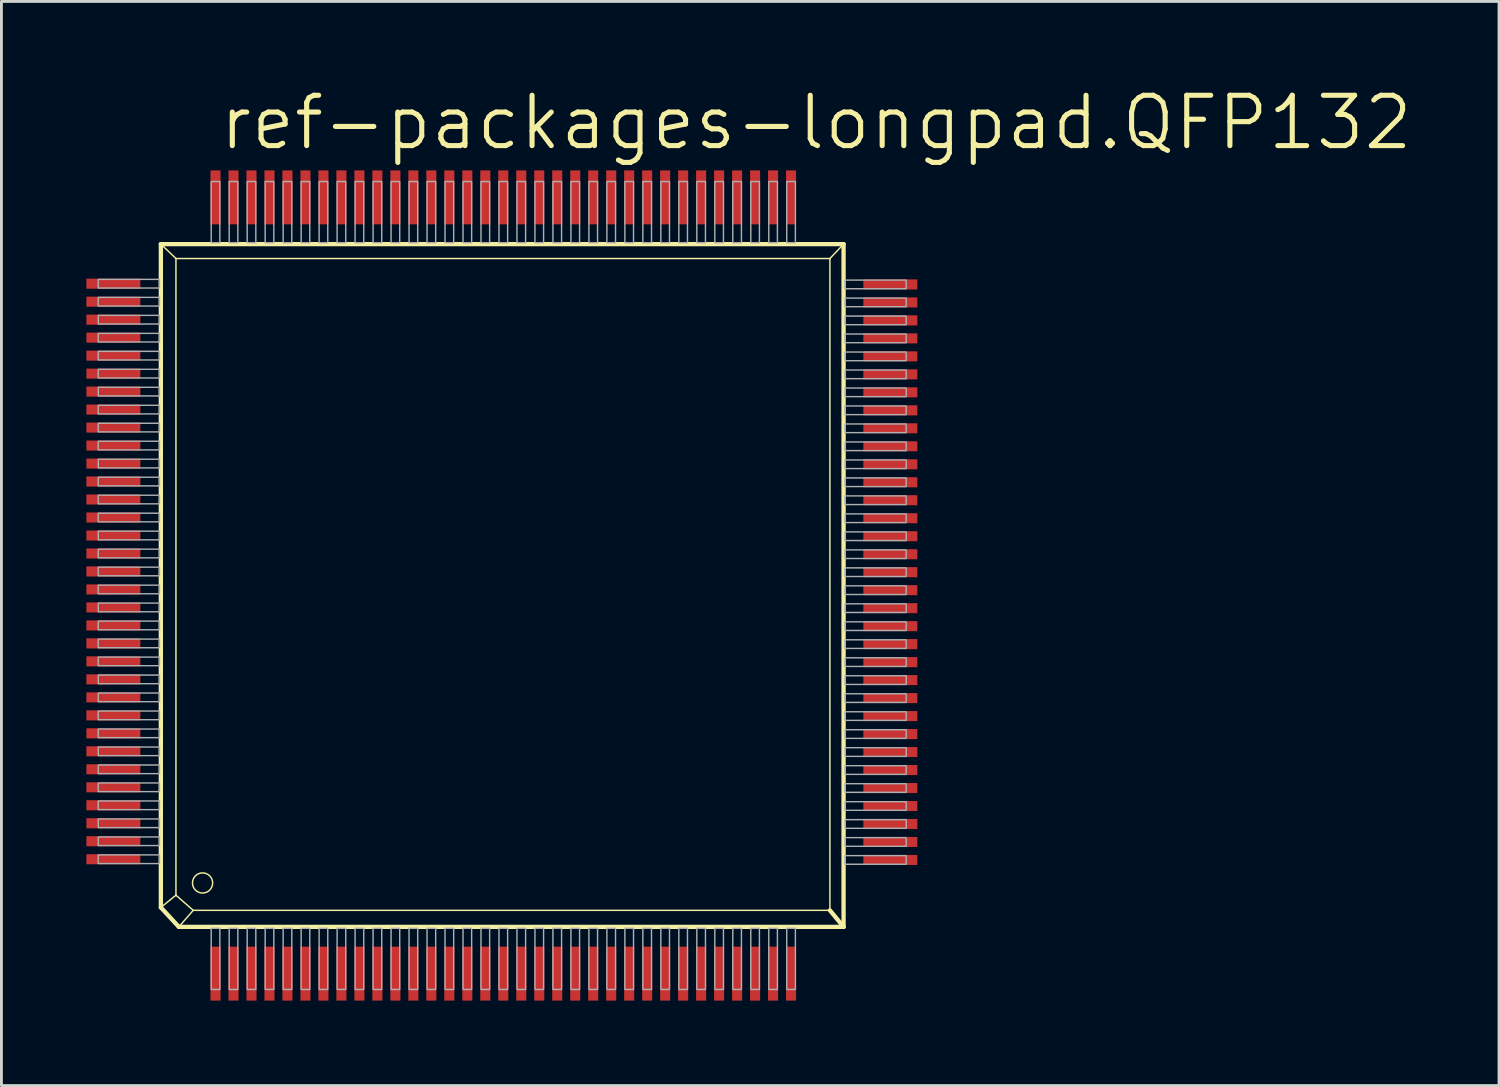
<source format=kicad_pcb>
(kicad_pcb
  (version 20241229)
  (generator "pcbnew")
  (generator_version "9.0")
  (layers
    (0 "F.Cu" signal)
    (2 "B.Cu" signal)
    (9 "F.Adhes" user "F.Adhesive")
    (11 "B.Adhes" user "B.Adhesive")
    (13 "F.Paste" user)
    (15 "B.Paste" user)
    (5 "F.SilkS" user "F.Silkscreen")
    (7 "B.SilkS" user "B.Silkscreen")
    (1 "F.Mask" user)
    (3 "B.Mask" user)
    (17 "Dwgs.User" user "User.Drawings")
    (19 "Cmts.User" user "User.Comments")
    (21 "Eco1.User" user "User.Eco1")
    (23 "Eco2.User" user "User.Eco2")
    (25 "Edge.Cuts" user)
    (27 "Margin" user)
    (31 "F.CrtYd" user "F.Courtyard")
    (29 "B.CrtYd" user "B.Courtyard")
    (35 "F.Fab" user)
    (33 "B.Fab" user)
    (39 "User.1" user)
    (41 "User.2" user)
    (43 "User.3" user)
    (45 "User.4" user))
  (footprint "ref-packages-longpad.QFP132"
    (layer "F.Cu")
    (at 14.77 17.685)
    (property "Reference" "ref-packages-longpad.QFP132" (at -10.16 -15.367 0) (layer "F.SilkS") (effects (font (size 1.778 1.778) (thickness 0.18)) (justify left bottom)))
    (attr smd)
    (fp_line (start -12.141 -12.116) (end -11.608 -11.608) (stroke (width 0.051) (type default)) (layer "F.SilkS"))
    (fp_line (start -12.141 11.303) (end -12.141 -12.116) (stroke (width 0.152) (type default)) (layer "F.SilkS"))
    (fp_line (start -12.141 11.303) (end -11.608 10.871) (stroke (width 0.051) (type default)) (layer "F.SilkS"))
    (fp_line (start -12.141 11.303) (end -11.506 11.989) (stroke (width 0.152) (type default)) (layer "F.SilkS"))
    (fp_line (start -11.608 -11.608) (end -11.608 10.871) (stroke (width 0.051) (type default)) (layer "F.SilkS"))
    (fp_line (start -11.608 -11.608) (end 11.481 -11.608) (stroke (width 0.051) (type default)) (layer "F.SilkS"))
    (fp_line (start -11.506 11.989) (end -10.998 11.405) (stroke (width 0.051) (type default)) (layer "F.SilkS"))
    (fp_line (start -11.506 11.989) (end 11.963 11.989) (stroke (width 0.152) (type default)) (layer "F.SilkS"))
    (fp_line (start -10.998 11.405) (end -11.608 10.871) (stroke (width 0.051) (type default)) (layer "F.SilkS"))
    (fp_line (start -10.998 11.405) (end 11.481 11.405) (stroke (width 0.051) (type default)) (layer "F.SilkS"))
    (fp_line (start 11.481 11.405) (end 11.481 -11.608) (stroke (width 0.051) (type default)) (layer "F.SilkS"))
    (fp_line (start 11.963 -12.116) (end -12.141 -12.116) (stroke (width 0.152) (type default)) (layer "F.SilkS"))
    (fp_line (start 11.963 -12.116) (end 11.481 -11.608) (stroke (width 0.051) (type default)) (layer "F.SilkS"))
    (fp_line (start 11.963 11.989) (end 11.481 11.405) (stroke (width 0.152) (type default)) (layer "F.SilkS"))
    (fp_line (start 11.963 11.989) (end 11.963 -12.116) (stroke (width 0.152) (type default)) (layer "F.SilkS"))
    (fp_circle (center -10.668 10.439) (end -10.312 10.439) (stroke (width 0.051) (type default)) (fill no) (layer "F.SilkS"))
    (fp_rect (start -14.351 -10.566) (end -12.192 -10.871) (stroke (width 0.05) (type default)) (fill no) (layer "F.Fab"))
    (fp_rect (start -14.351 -9.931) (end -12.192 -10.236) (stroke (width 0.05) (type default)) (fill no) (layer "F.Fab"))
    (fp_rect (start -14.351 -9.296) (end -12.192 -9.601) (stroke (width 0.05) (type default)) (fill no) (layer "F.Fab"))
    (fp_rect (start -14.351 -8.661) (end -12.192 -8.966) (stroke (width 0.05) (type default)) (fill no) (layer "F.Fab"))
    (fp_rect (start -14.351 -8.026) (end -12.192 -8.331) (stroke (width 0.05) (type default)) (fill no) (layer "F.Fab"))
    (fp_rect (start -14.351 -7.391) (end -12.192 -7.696) (stroke (width 0.05) (type default)) (fill no) (layer "F.Fab"))
    (fp_rect (start -14.351 -6.756) (end -12.192 -7.061) (stroke (width 0.05) (type default)) (fill no) (layer "F.Fab"))
    (fp_rect (start -14.351 -6.121) (end -12.192 -6.426) (stroke (width 0.05) (type default)) (fill no) (layer "F.Fab"))
    (fp_rect (start -14.351 -5.486) (end -12.192 -5.791) (stroke (width 0.05) (type default)) (fill no) (layer "F.Fab"))
    (fp_rect (start -14.351 -4.851) (end -12.192 -5.156) (stroke (width 0.05) (type default)) (fill no) (layer "F.Fab"))
    (fp_rect (start -14.351 -4.216) (end -12.192 -4.521) (stroke (width 0.05) (type default)) (fill no) (layer "F.Fab"))
    (fp_rect (start -14.351 -3.581) (end -12.192 -3.886) (stroke (width 0.05) (type default)) (fill no) (layer "F.Fab"))
    (fp_rect (start -14.351 -2.946) (end -12.192 -3.251) (stroke (width 0.05) (type default)) (fill no) (layer "F.Fab"))
    (fp_rect (start -14.351 -2.311) (end -12.192 -2.616) (stroke (width 0.05) (type default)) (fill no) (layer "F.Fab"))
    (fp_rect (start -14.351 -1.676) (end -12.192 -1.981) (stroke (width 0.05) (type default)) (fill no) (layer "F.Fab"))
    (fp_rect (start -14.351 -1.041) (end -12.192 -1.346) (stroke (width 0.05) (type default)) (fill no) (layer "F.Fab"))
    (fp_rect (start -14.351 -0.406) (end -12.192 -0.711) (stroke (width 0.05) (type default)) (fill no) (layer "F.Fab"))
    (fp_rect (start -14.351 0.229) (end -12.192 -0.076) (stroke (width 0.05) (type default)) (fill no) (layer "F.Fab"))
    (fp_rect (start -14.351 0.864) (end -12.192 0.559) (stroke (width 0.05) (type default)) (fill no) (layer "F.Fab"))
    (fp_rect (start -14.351 1.499) (end -12.192 1.194) (stroke (width 0.05) (type default)) (fill no) (layer "F.Fab"))
    (fp_rect (start -14.351 2.134) (end -12.192 1.829) (stroke (width 0.05) (type default)) (fill no) (layer "F.Fab"))
    (fp_rect (start -14.351 2.769) (end -12.192 2.464) (stroke (width 0.05) (type default)) (fill no) (layer "F.Fab"))
    (fp_rect (start -14.351 3.404) (end -12.192 3.099) (stroke (width 0.05) (type default)) (fill no) (layer "F.Fab"))
    (fp_rect (start -14.351 4.039) (end -12.192 3.734) (stroke (width 0.05) (type default)) (fill no) (layer "F.Fab"))
    (fp_rect (start -14.351 4.674) (end -12.192 4.369) (stroke (width 0.05) (type default)) (fill no) (layer "F.Fab"))
    (fp_rect (start -14.351 5.309) (end -12.192 5.004) (stroke (width 0.05) (type default)) (fill no) (layer "F.Fab"))
    (fp_rect (start -14.351 5.944) (end -12.192 5.639) (stroke (width 0.05) (type default)) (fill no) (layer "F.Fab"))
    (fp_rect (start -14.351 6.579) (end -12.192 6.274) (stroke (width 0.05) (type default)) (fill no) (layer "F.Fab"))
    (fp_rect (start -14.351 7.214) (end -12.192 6.909) (stroke (width 0.05) (type default)) (fill no) (layer "F.Fab"))
    (fp_rect (start -14.351 7.849) (end -12.192 7.544) (stroke (width 0.05) (type default)) (fill no) (layer "F.Fab"))
    (fp_rect (start -14.351 8.484) (end -12.192 8.179) (stroke (width 0.05) (type default)) (fill no) (layer "F.Fab"))
    (fp_rect (start -14.351 9.119) (end -12.192 8.814) (stroke (width 0.05) (type default)) (fill no) (layer "F.Fab"))
    (fp_rect (start -14.351 9.754) (end -12.192 9.449) (stroke (width 0.05) (type default)) (fill no) (layer "F.Fab"))
    (fp_rect (start -10.363 -12.167) (end -10.058 -14.326) (stroke (width 0.05) (type default)) (fill no) (layer "F.Fab"))
    (fp_rect (start -10.363 14.199) (end -10.058 12.04) (stroke (width 0.05) (type default)) (fill no) (layer "F.Fab"))
    (fp_rect (start -9.728 -12.167) (end -9.423 -14.326) (stroke (width 0.05) (type default)) (fill no) (layer "F.Fab"))
    (fp_rect (start -9.728 14.199) (end -9.423 12.04) (stroke (width 0.05) (type default)) (fill no) (layer "F.Fab"))
    (fp_rect (start -9.093 -12.167) (end -8.788 -14.326) (stroke (width 0.05) (type default)) (fill no) (layer "F.Fab"))
    (fp_rect (start -9.093 14.199) (end -8.788 12.04) (stroke (width 0.05) (type default)) (fill no) (layer "F.Fab"))
    (fp_rect (start -8.458 -12.167) (end -8.153 -14.326) (stroke (width 0.05) (type default)) (fill no) (layer "F.Fab"))
    (fp_rect (start -8.458 14.199) (end -8.153 12.04) (stroke (width 0.05) (type default)) (fill no) (layer "F.Fab"))
    (fp_rect (start -7.823 -12.167) (end -7.518 -14.326) (stroke (width 0.05) (type default)) (fill no) (layer "F.Fab"))
    (fp_rect (start -7.823 14.199) (end -7.518 12.04) (stroke (width 0.05) (type default)) (fill no) (layer "F.Fab"))
    (fp_rect (start -7.188 -12.167) (end -6.883 -14.326) (stroke (width 0.05) (type default)) (fill no) (layer "F.Fab"))
    (fp_rect (start -7.188 14.199) (end -6.883 12.04) (stroke (width 0.05) (type default)) (fill no) (layer "F.Fab"))
    (fp_rect (start -6.553 -12.167) (end -6.248 -14.326) (stroke (width 0.05) (type default)) (fill no) (layer "F.Fab"))
    (fp_rect (start -6.553 14.199) (end -6.248 12.04) (stroke (width 0.05) (type default)) (fill no) (layer "F.Fab"))
    (fp_rect (start -5.918 -12.167) (end -5.613 -14.326) (stroke (width 0.05) (type default)) (fill no) (layer "F.Fab"))
    (fp_rect (start -5.918 14.199) (end -5.613 12.04) (stroke (width 0.05) (type default)) (fill no) (layer "F.Fab"))
    (fp_rect (start -5.283 -12.167) (end -4.978 -14.326) (stroke (width 0.05) (type default)) (fill no) (layer "F.Fab"))
    (fp_rect (start -5.283 14.199) (end -4.978 12.04) (stroke (width 0.05) (type default)) (fill no) (layer "F.Fab"))
    (fp_rect (start -4.648 -12.167) (end -4.343 -14.326) (stroke (width 0.05) (type default)) (fill no) (layer "F.Fab"))
    (fp_rect (start -4.648 14.199) (end -4.343 12.04) (stroke (width 0.05) (type default)) (fill no) (layer "F.Fab"))
    (fp_rect (start -4.013 -12.167) (end -3.708 -14.326) (stroke (width 0.05) (type default)) (fill no) (layer "F.Fab"))
    (fp_rect (start -4.013 14.199) (end -3.708 12.04) (stroke (width 0.05) (type default)) (fill no) (layer "F.Fab"))
    (fp_rect (start -3.378 -12.167) (end -3.073 -14.326) (stroke (width 0.05) (type default)) (fill no) (layer "F.Fab"))
    (fp_rect (start -3.378 14.199) (end -3.073 12.04) (stroke (width 0.05) (type default)) (fill no) (layer "F.Fab"))
    (fp_rect (start -2.743 -12.167) (end -2.438 -14.326) (stroke (width 0.05) (type default)) (fill no) (layer "F.Fab"))
    (fp_rect (start -2.743 14.199) (end -2.438 12.04) (stroke (width 0.05) (type default)) (fill no) (layer "F.Fab"))
    (fp_rect (start -2.108 -12.167) (end -1.803 -14.326) (stroke (width 0.05) (type default)) (fill no) (layer "F.Fab"))
    (fp_rect (start -2.108 14.199) (end -1.803 12.04) (stroke (width 0.05) (type default)) (fill no) (layer "F.Fab"))
    (fp_rect (start -1.473 -12.167) (end -1.168 -14.326) (stroke (width 0.05) (type default)) (fill no) (layer "F.Fab"))
    (fp_rect (start -1.473 14.199) (end -1.168 12.04) (stroke (width 0.05) (type default)) (fill no) (layer "F.Fab"))
    (fp_rect (start -0.838 -12.167) (end -0.533 -14.326) (stroke (width 0.05) (type default)) (fill no) (layer "F.Fab"))
    (fp_rect (start -0.838 14.199) (end -0.533 12.04) (stroke (width 0.05) (type default)) (fill no) (layer "F.Fab"))
    (fp_rect (start -0.203 -12.167) (end 0.102 -14.326) (stroke (width 0.05) (type default)) (fill no) (layer "F.Fab"))
    (fp_rect (start -0.203 14.199) (end 0.102 12.04) (stroke (width 0.05) (type default)) (fill no) (layer "F.Fab"))
    (fp_rect (start 0.432 -12.167) (end 0.737 -14.326) (stroke (width 0.05) (type default)) (fill no) (layer "F.Fab"))
    (fp_rect (start 0.432 14.199) (end 0.737 12.04) (stroke (width 0.05) (type default)) (fill no) (layer "F.Fab"))
    (fp_rect (start 1.067 -12.167) (end 1.372 -14.326) (stroke (width 0.05) (type default)) (fill no) (layer "F.Fab"))
    (fp_rect (start 1.067 14.199) (end 1.372 12.04) (stroke (width 0.05) (type default)) (fill no) (layer "F.Fab"))
    (fp_rect (start 1.702 -12.167) (end 2.007 -14.326) (stroke (width 0.05) (type default)) (fill no) (layer "F.Fab"))
    (fp_rect (start 1.702 14.199) (end 2.007 12.04) (stroke (width 0.05) (type default)) (fill no) (layer "F.Fab"))
    (fp_rect (start 2.337 -12.167) (end 2.642 -14.326) (stroke (width 0.05) (type default)) (fill no) (layer "F.Fab"))
    (fp_rect (start 2.337 14.199) (end 2.642 12.04) (stroke (width 0.05) (type default)) (fill no) (layer "F.Fab"))
    (fp_rect (start 2.972 -12.167) (end 3.277 -14.326) (stroke (width 0.05) (type default)) (fill no) (layer "F.Fab"))
    (fp_rect (start 2.972 14.199) (end 3.277 12.04) (stroke (width 0.05) (type default)) (fill no) (layer "F.Fab"))
    (fp_rect (start 3.607 -12.167) (end 3.912 -14.326) (stroke (width 0.05) (type default)) (fill no) (layer "F.Fab"))
    (fp_rect (start 3.607 14.199) (end 3.912 12.04) (stroke (width 0.05) (type default)) (fill no) (layer "F.Fab"))
    (fp_rect (start 4.242 -12.167) (end 4.547 -14.326) (stroke (width 0.05) (type default)) (fill no) (layer "F.Fab"))
    (fp_rect (start 4.242 14.199) (end 4.547 12.04) (stroke (width 0.05) (type default)) (fill no) (layer "F.Fab"))
    (fp_rect (start 4.877 -12.167) (end 5.182 -14.326) (stroke (width 0.05) (type default)) (fill no) (layer "F.Fab"))
    (fp_rect (start 4.877 14.199) (end 5.182 12.04) (stroke (width 0.05) (type default)) (fill no) (layer "F.Fab"))
    (fp_rect (start 5.512 -12.167) (end 5.817 -14.326) (stroke (width 0.05) (type default)) (fill no) (layer "F.Fab"))
    (fp_rect (start 5.512 14.199) (end 5.817 12.04) (stroke (width 0.05) (type default)) (fill no) (layer "F.Fab"))
    (fp_rect (start 6.147 -12.167) (end 6.452 -14.326) (stroke (width 0.05) (type default)) (fill no) (layer "F.Fab"))
    (fp_rect (start 6.147 14.199) (end 6.452 12.04) (stroke (width 0.05) (type default)) (fill no) (layer "F.Fab"))
    (fp_rect (start 6.782 -12.167) (end 7.087 -14.326) (stroke (width 0.05) (type default)) (fill no) (layer "F.Fab"))
    (fp_rect (start 6.782 14.199) (end 7.087 12.04) (stroke (width 0.05) (type default)) (fill no) (layer "F.Fab"))
    (fp_rect (start 7.417 -12.167) (end 7.722 -14.326) (stroke (width 0.05) (type default)) (fill no) (layer "F.Fab"))
    (fp_rect (start 7.417 14.199) (end 7.722 12.04) (stroke (width 0.05) (type default)) (fill no) (layer "F.Fab"))
    (fp_rect (start 8.052 -12.167) (end 8.357 -14.326) (stroke (width 0.05) (type default)) (fill no) (layer "F.Fab"))
    (fp_rect (start 8.052 14.199) (end 8.357 12.04) (stroke (width 0.05) (type default)) (fill no) (layer "F.Fab"))
    (fp_rect (start 8.687 -12.167) (end 8.992 -14.326) (stroke (width 0.05) (type default)) (fill no) (layer "F.Fab"))
    (fp_rect (start 8.687 14.199) (end 8.992 12.04) (stroke (width 0.05) (type default)) (fill no) (layer "F.Fab"))
    (fp_rect (start 9.322 -12.167) (end 9.627 -14.326) (stroke (width 0.05) (type default)) (fill no) (layer "F.Fab"))
    (fp_rect (start 9.322 14.199) (end 9.627 12.04) (stroke (width 0.05) (type default)) (fill no) (layer "F.Fab"))
    (fp_rect (start 9.957 -12.167) (end 10.262 -14.326) (stroke (width 0.05) (type default)) (fill no) (layer "F.Fab"))
    (fp_rect (start 9.957 14.199) (end 10.262 12.04) (stroke (width 0.05) (type default)) (fill no) (layer "F.Fab"))
    (fp_rect (start 12.014 -10.541) (end 14.173 -10.846) (stroke (width 0.05) (type default)) (fill no) (layer "F.Fab"))
    (fp_rect (start 12.014 -9.906) (end 14.173 -10.211) (stroke (width 0.05) (type default)) (fill no) (layer "F.Fab"))
    (fp_rect (start 12.014 -9.271) (end 14.173 -9.576) (stroke (width 0.05) (type default)) (fill no) (layer "F.Fab"))
    (fp_rect (start 12.014 -8.636) (end 14.173 -8.941) (stroke (width 0.05) (type default)) (fill no) (layer "F.Fab"))
    (fp_rect (start 12.014 -8.001) (end 14.173 -8.306) (stroke (width 0.05) (type default)) (fill no) (layer "F.Fab"))
    (fp_rect (start 12.014 -7.366) (end 14.173 -7.671) (stroke (width 0.05) (type default)) (fill no) (layer "F.Fab"))
    (fp_rect (start 12.014 -6.731) (end 14.173 -7.036) (stroke (width 0.05) (type default)) (fill no) (layer "F.Fab"))
    (fp_rect (start 12.014 -6.096) (end 14.173 -6.401) (stroke (width 0.05) (type default)) (fill no) (layer "F.Fab"))
    (fp_rect (start 12.014 -5.461) (end 14.173 -5.766) (stroke (width 0.05) (type default)) (fill no) (layer "F.Fab"))
    (fp_rect (start 12.014 -4.826) (end 14.173 -5.131) (stroke (width 0.05) (type default)) (fill no) (layer "F.Fab"))
    (fp_rect (start 12.014 -4.191) (end 14.173 -4.496) (stroke (width 0.05) (type default)) (fill no) (layer "F.Fab"))
    (fp_rect (start 12.014 -3.556) (end 14.173 -3.861) (stroke (width 0.05) (type default)) (fill no) (layer "F.Fab"))
    (fp_rect (start 12.014 -2.921) (end 14.173 -3.226) (stroke (width 0.05) (type default)) (fill no) (layer "F.Fab"))
    (fp_rect (start 12.014 -2.286) (end 14.173 -2.591) (stroke (width 0.05) (type default)) (fill no) (layer "F.Fab"))
    (fp_rect (start 12.014 -1.651) (end 14.173 -1.956) (stroke (width 0.05) (type default)) (fill no) (layer "F.Fab"))
    (fp_rect (start 12.014 -1.016) (end 14.173 -1.321) (stroke (width 0.05) (type default)) (fill no) (layer "F.Fab"))
    (fp_rect (start 12.014 -0.381) (end 14.173 -0.686) (stroke (width 0.05) (type default)) (fill no) (layer "F.Fab"))
    (fp_rect (start 12.014 0.254) (end 14.173 -0.051) (stroke (width 0.05) (type default)) (fill no) (layer "F.Fab"))
    (fp_rect (start 12.014 0.889) (end 14.173 0.584) (stroke (width 0.05) (type default)) (fill no) (layer "F.Fab"))
    (fp_rect (start 12.014 1.524) (end 14.173 1.219) (stroke (width 0.05) (type default)) (fill no) (layer "F.Fab"))
    (fp_rect (start 12.014 2.159) (end 14.173 1.854) (stroke (width 0.05) (type default)) (fill no) (layer "F.Fab"))
    (fp_rect (start 12.014 2.794) (end 14.173 2.489) (stroke (width 0.05) (type default)) (fill no) (layer "F.Fab"))
    (fp_rect (start 12.014 3.429) (end 14.173 3.124) (stroke (width 0.05) (type default)) (fill no) (layer "F.Fab"))
    (fp_rect (start 12.014 4.064) (end 14.173 3.759) (stroke (width 0.05) (type default)) (fill no) (layer "F.Fab"))
    (fp_rect (start 12.014 4.699) (end 14.173 4.394) (stroke (width 0.05) (type default)) (fill no) (layer "F.Fab"))
    (fp_rect (start 12.014 5.334) (end 14.173 5.029) (stroke (width 0.05) (type default)) (fill no) (layer "F.Fab"))
    (fp_rect (start 12.014 5.969) (end 14.173 5.664) (stroke (width 0.05) (type default)) (fill no) (layer "F.Fab"))
    (fp_rect (start 12.014 6.604) (end 14.173 6.299) (stroke (width 0.05) (type default)) (fill no) (layer "F.Fab"))
    (fp_rect (start 12.014 7.239) (end 14.173 6.934) (stroke (width 0.05) (type default)) (fill no) (layer "F.Fab"))
    (fp_rect (start 12.014 7.874) (end 14.173 7.569) (stroke (width 0.05) (type default)) (fill no) (layer "F.Fab"))
    (fp_rect (start 12.014 8.509) (end 14.173 8.204) (stroke (width 0.05) (type default)) (fill no) (layer "F.Fab"))
    (fp_rect (start 12.014 9.144) (end 14.173 8.839) (stroke (width 0.05) (type default)) (fill no) (layer "F.Fab"))
    (fp_rect (start 12.014 9.779) (end 14.173 9.474) (stroke (width 0.05) (type default)) (fill no) (layer "F.Fab"))
    (pad "1" smd roundrect (at -10.211 13.64) (size 0.356 1.905) (layers "F.Cu" "F.Mask" "F.Paste") (roundrect_rratio 0.01))
    (pad "2" smd roundrect (at -9.576 13.64) (size 0.356 1.905) (layers "F.Cu" "F.Mask" "F.Paste") (roundrect_rratio 0.01))
    (pad "3" smd roundrect (at -8.941 13.64) (size 0.356 1.905) (layers "F.Cu" "F.Mask" "F.Paste") (roundrect_rratio 0.01))
    (pad "4" smd roundrect (at -8.306 13.64) (size 0.356 1.905) (layers "F.Cu" "F.Mask" "F.Paste") (roundrect_rratio 0.01))
    (pad "5" smd roundrect (at -7.671 13.64) (size 0.356 1.905) (layers "F.Cu" "F.Mask" "F.Paste") (roundrect_rratio 0.01))
    (pad "6" smd roundrect (at -7.036 13.64) (size 0.356 1.905) (layers "F.Cu" "F.Mask" "F.Paste") (roundrect_rratio 0.01))
    (pad "7" smd roundrect (at -6.401 13.64) (size 0.356 1.905) (layers "F.Cu" "F.Mask" "F.Paste") (roundrect_rratio 0.01))
    (pad "8" smd roundrect (at -5.766 13.64) (size 0.356 1.905) (layers "F.Cu" "F.Mask" "F.Paste") (roundrect_rratio 0.01))
    (pad "9" smd roundrect (at -5.131 13.64) (size 0.356 1.905) (layers "F.Cu" "F.Mask" "F.Paste") (roundrect_rratio 0.01))
    (pad "10" smd roundrect (at -4.496 13.64) (size 0.356 1.905) (layers "F.Cu" "F.Mask" "F.Paste") (roundrect_rratio 0.01))
    (pad "11" smd roundrect (at -3.861 13.64) (size 0.356 1.905) (layers "F.Cu" "F.Mask" "F.Paste") (roundrect_rratio 0.01))
    (pad "12" smd roundrect (at -3.226 13.64) (size 0.356 1.905) (layers "F.Cu" "F.Mask" "F.Paste") (roundrect_rratio 0.01))
    (pad "13" smd roundrect (at -2.591 13.64) (size 0.356 1.905) (layers "F.Cu" "F.Mask" "F.Paste") (roundrect_rratio 0.01))
    (pad "14" smd roundrect (at -1.956 13.64) (size 0.356 1.905) (layers "F.Cu" "F.Mask" "F.Paste") (roundrect_rratio 0.01))
    (pad "15" smd roundrect (at -1.321 13.64) (size 0.356 1.905) (layers "F.Cu" "F.Mask" "F.Paste") (roundrect_rratio 0.01))
    (pad "16" smd roundrect (at -0.686 13.64) (size 0.356 1.905) (layers "F.Cu" "F.Mask" "F.Paste") (roundrect_rratio 0.01))
    (pad "17" smd roundrect (at -0.051 13.64) (size 0.356 1.905) (layers "F.Cu" "F.Mask" "F.Paste") (roundrect_rratio 0.01))
    (pad "18" smd roundrect (at 0.584 13.64) (size 0.356 1.905) (layers "F.Cu" "F.Mask" "F.Paste") (roundrect_rratio 0.01))
    (pad "19" smd roundrect (at 1.219 13.64) (size 0.356 1.905) (layers "F.Cu" "F.Mask" "F.Paste") (roundrect_rratio 0.01))
    (pad "20" smd roundrect (at 1.854 13.64) (size 0.356 1.905) (layers "F.Cu" "F.Mask" "F.Paste") (roundrect_rratio 0.01))
    (pad "21" smd roundrect (at 2.489 13.64) (size 0.356 1.905) (layers "F.Cu" "F.Mask" "F.Paste") (roundrect_rratio 0.01))
    (pad "22" smd roundrect (at 3.124 13.64) (size 0.356 1.905) (layers "F.Cu" "F.Mask" "F.Paste") (roundrect_rratio 0.01))
    (pad "23" smd roundrect (at 3.759 13.64) (size 0.356 1.905) (layers "F.Cu" "F.Mask" "F.Paste") (roundrect_rratio 0.01))
    (pad "24" smd roundrect (at 4.394 13.64) (size 0.356 1.905) (layers "F.Cu" "F.Mask" "F.Paste") (roundrect_rratio 0.01))
    (pad "25" smd roundrect (at 5.029 13.64) (size 0.356 1.905) (layers "F.Cu" "F.Mask" "F.Paste") (roundrect_rratio 0.01))
    (pad "26" smd roundrect (at 5.664 13.64) (size 0.356 1.905) (layers "F.Cu" "F.Mask" "F.Paste") (roundrect_rratio 0.01))
    (pad "27" smd roundrect (at 6.299 13.64) (size 0.356 1.905) (layers "F.Cu" "F.Mask" "F.Paste") (roundrect_rratio 0.01))
    (pad "28" smd roundrect (at 6.934 13.64) (size 0.356 1.905) (layers "F.Cu" "F.Mask" "F.Paste") (roundrect_rratio 0.01))
    (pad "29" smd roundrect (at 7.569 13.64) (size 0.356 1.905) (layers "F.Cu" "F.Mask" "F.Paste") (roundrect_rratio 0.01))
    (pad "30" smd roundrect (at 8.204 13.64) (size 0.356 1.905) (layers "F.Cu" "F.Mask" "F.Paste") (roundrect_rratio 0.01))
    (pad "31" smd roundrect (at 8.839 13.64) (size 0.356 1.905) (layers "F.Cu" "F.Mask" "F.Paste") (roundrect_rratio 0.01))
    (pad "32" smd roundrect (at 9.474 13.64) (size 0.356 1.905) (layers "F.Cu" "F.Mask" "F.Paste") (roundrect_rratio 0.01))
    (pad "33" smd roundrect (at 10.109 13.64) (size 0.356 1.905) (layers "F.Cu" "F.Mask" "F.Paste") (roundrect_rratio 0.01))
    (pad "34" smd roundrect (at 13.614 9.627) (size 1.905 0.356) (layers "F.Cu" "F.Mask" "F.Paste") (roundrect_rratio 0.01))
    (pad "35" smd roundrect (at 13.614 8.992) (size 1.905 0.356) (layers "F.Cu" "F.Mask" "F.Paste") (roundrect_rratio 0.01))
    (pad "36" smd roundrect (at 13.614 8.357) (size 1.905 0.356) (layers "F.Cu" "F.Mask" "F.Paste") (roundrect_rratio 0.01))
    (pad "37" smd roundrect (at 13.614 7.722) (size 1.905 0.356) (layers "F.Cu" "F.Mask" "F.Paste") (roundrect_rratio 0.01))
    (pad "38" smd roundrect (at 13.614 7.087) (size 1.905 0.356) (layers "F.Cu" "F.Mask" "F.Paste") (roundrect_rratio 0.01))
    (pad "39" smd roundrect (at 13.614 6.452) (size 1.905 0.356) (layers "F.Cu" "F.Mask" "F.Paste") (roundrect_rratio 0.01))
    (pad "40" smd roundrect (at 13.614 5.817) (size 1.905 0.356) (layers "F.Cu" "F.Mask" "F.Paste") (roundrect_rratio 0.01))
    (pad "41" smd roundrect (at 13.614 5.182) (size 1.905 0.356) (layers "F.Cu" "F.Mask" "F.Paste") (roundrect_rratio 0.01))
    (pad "42" smd roundrect (at 13.614 4.547) (size 1.905 0.356) (layers "F.Cu" "F.Mask" "F.Paste") (roundrect_rratio 0.01))
    (pad "43" smd roundrect (at 13.614 3.912) (size 1.905 0.356) (layers "F.Cu" "F.Mask" "F.Paste") (roundrect_rratio 0.01))
    (pad "44" smd roundrect (at 13.614 3.277) (size 1.905 0.356) (layers "F.Cu" "F.Mask" "F.Paste") (roundrect_rratio 0.01))
    (pad "45" smd roundrect (at 13.614 2.642) (size 1.905 0.356) (layers "F.Cu" "F.Mask" "F.Paste") (roundrect_rratio 0.01))
    (pad "46" smd roundrect (at 13.614 2.007) (size 1.905 0.356) (layers "F.Cu" "F.Mask" "F.Paste") (roundrect_rratio 0.01))
    (pad "47" smd roundrect (at 13.614 1.372) (size 1.905 0.356) (layers "F.Cu" "F.Mask" "F.Paste") (roundrect_rratio 0.01))
    (pad "48" smd roundrect (at 13.614 0.737) (size 1.905 0.356) (layers "F.Cu" "F.Mask" "F.Paste") (roundrect_rratio 0.01))
    (pad "49" smd roundrect (at 13.614 0.102) (size 1.905 0.356) (layers "F.Cu" "F.Mask" "F.Paste") (roundrect_rratio 0.01))
    (pad "50" smd roundrect (at 13.614 -0.533) (size 1.905 0.356) (layers "F.Cu" "F.Mask" "F.Paste") (roundrect_rratio 0.01))
    (pad "51" smd roundrect (at 13.614 -1.168) (size 1.905 0.356) (layers "F.Cu" "F.Mask" "F.Paste") (roundrect_rratio 0.01))
    (pad "52" smd roundrect (at 13.614 -1.803) (size 1.905 0.356) (layers "F.Cu" "F.Mask" "F.Paste") (roundrect_rratio 0.01))
    (pad "53" smd roundrect (at 13.614 -2.438) (size 1.905 0.356) (layers "F.Cu" "F.Mask" "F.Paste") (roundrect_rratio 0.01))
    (pad "54" smd roundrect (at 13.614 -3.073) (size 1.905 0.356) (layers "F.Cu" "F.Mask" "F.Paste") (roundrect_rratio 0.01))
    (pad "55" smd roundrect (at 13.614 -3.708) (size 1.905 0.356) (layers "F.Cu" "F.Mask" "F.Paste") (roundrect_rratio 0.01))
    (pad "56" smd roundrect (at 13.614 -4.343) (size 1.905 0.356) (layers "F.Cu" "F.Mask" "F.Paste") (roundrect_rratio 0.01))
    (pad "57" smd roundrect (at 13.614 -4.978) (size 1.905 0.356) (layers "F.Cu" "F.Mask" "F.Paste") (roundrect_rratio 0.01))
    (pad "58" smd roundrect (at 13.614 -5.613) (size 1.905 0.356) (layers "F.Cu" "F.Mask" "F.Paste") (roundrect_rratio 0.01))
    (pad "59" smd roundrect (at 13.614 -6.248) (size 1.905 0.356) (layers "F.Cu" "F.Mask" "F.Paste") (roundrect_rratio 0.01))
    (pad "60" smd roundrect (at 13.614 -6.883) (size 1.905 0.356) (layers "F.Cu" "F.Mask" "F.Paste") (roundrect_rratio 0.01))
    (pad "61" smd roundrect (at 13.614 -7.518) (size 1.905 0.356) (layers "F.Cu" "F.Mask" "F.Paste") (roundrect_rratio 0.01))
    (pad "62" smd roundrect (at 13.614 -8.153) (size 1.905 0.356) (layers "F.Cu" "F.Mask" "F.Paste") (roundrect_rratio 0.01))
    (pad "63" smd roundrect (at 13.614 -8.788) (size 1.905 0.356) (layers "F.Cu" "F.Mask" "F.Paste") (roundrect_rratio 0.01))
    (pad "64" smd roundrect (at 13.614 -9.423) (size 1.905 0.356) (layers "F.Cu" "F.Mask" "F.Paste") (roundrect_rratio 0.01))
    (pad "65" smd roundrect (at 13.614 -10.058) (size 1.905 0.356) (layers "F.Cu" "F.Mask" "F.Paste") (roundrect_rratio 0.01))
    (pad "66" smd roundrect (at 13.614 -10.693) (size 1.905 0.356) (layers "F.Cu" "F.Mask" "F.Paste") (roundrect_rratio 0.01))
    (pad "67" smd roundrect (at 10.109 -13.767) (size 0.356 1.905) (layers "F.Cu" "F.Mask" "F.Paste") (roundrect_rratio 0.01))
    (pad "68" smd roundrect (at 9.474 -13.767) (size 0.356 1.905) (layers "F.Cu" "F.Mask" "F.Paste") (roundrect_rratio 0.01))
    (pad "69" smd roundrect (at 8.839 -13.767) (size 0.356 1.905) (layers "F.Cu" "F.Mask" "F.Paste") (roundrect_rratio 0.01))
    (pad "70" smd roundrect (at 8.204 -13.767) (size 0.356 1.905) (layers "F.Cu" "F.Mask" "F.Paste") (roundrect_rratio 0.01))
    (pad "71" smd roundrect (at 7.569 -13.767) (size 0.356 1.905) (layers "F.Cu" "F.Mask" "F.Paste") (roundrect_rratio 0.01))
    (pad "72" smd roundrect (at 6.934 -13.767) (size 0.356 1.905) (layers "F.Cu" "F.Mask" "F.Paste") (roundrect_rratio 0.01))
    (pad "73" smd roundrect (at 6.299 -13.767) (size 0.356 1.905) (layers "F.Cu" "F.Mask" "F.Paste") (roundrect_rratio 0.01))
    (pad "74" smd roundrect (at 5.664 -13.767) (size 0.356 1.905) (layers "F.Cu" "F.Mask" "F.Paste") (roundrect_rratio 0.01))
    (pad "75" smd roundrect (at 5.029 -13.767) (size 0.356 1.905) (layers "F.Cu" "F.Mask" "F.Paste") (roundrect_rratio 0.01))
    (pad "76" smd roundrect (at 4.394 -13.767) (size 0.356 1.905) (layers "F.Cu" "F.Mask" "F.Paste") (roundrect_rratio 0.01))
    (pad "77" smd roundrect (at 3.759 -13.767) (size 0.356 1.905) (layers "F.Cu" "F.Mask" "F.Paste") (roundrect_rratio 0.01))
    (pad "78" smd roundrect (at 3.124 -13.767) (size 0.356 1.905) (layers "F.Cu" "F.Mask" "F.Paste") (roundrect_rratio 0.01))
    (pad "79" smd roundrect (at 2.489 -13.767) (size 0.356 1.905) (layers "F.Cu" "F.Mask" "F.Paste") (roundrect_rratio 0.01))
    (pad "80" smd roundrect (at 1.854 -13.767) (size 0.356 1.905) (layers "F.Cu" "F.Mask" "F.Paste") (roundrect_rratio 0.01))
    (pad "81" smd roundrect (at 1.219 -13.767) (size 0.356 1.905) (layers "F.Cu" "F.Mask" "F.Paste") (roundrect_rratio 0.01))
    (pad "82" smd roundrect (at 0.584 -13.767) (size 0.356 1.905) (layers "F.Cu" "F.Mask" "F.Paste") (roundrect_rratio 0.01))
    (pad "83" smd roundrect (at -0.051 -13.767) (size 0.356 1.905) (layers "F.Cu" "F.Mask" "F.Paste") (roundrect_rratio 0.01))
    (pad "84" smd roundrect (at -0.686 -13.767) (size 0.356 1.905) (layers "F.Cu" "F.Mask" "F.Paste") (roundrect_rratio 0.01))
    (pad "85" smd roundrect (at -1.321 -13.767) (size 0.356 1.905) (layers "F.Cu" "F.Mask" "F.Paste") (roundrect_rratio 0.01))
    (pad "86" smd roundrect (at -1.956 -13.767) (size 0.356 1.905) (layers "F.Cu" "F.Mask" "F.Paste") (roundrect_rratio 0.01))
    (pad "87" smd roundrect (at -2.591 -13.767) (size 0.356 1.905) (layers "F.Cu" "F.Mask" "F.Paste") (roundrect_rratio 0.01))
    (pad "88" smd roundrect (at -3.226 -13.767) (size 0.356 1.905) (layers "F.Cu" "F.Mask" "F.Paste") (roundrect_rratio 0.01))
    (pad "89" smd roundrect (at -3.861 -13.767) (size 0.356 1.905) (layers "F.Cu" "F.Mask" "F.Paste") (roundrect_rratio 0.01))
    (pad "90" smd roundrect (at -4.496 -13.767) (size 0.356 1.905) (layers "F.Cu" "F.Mask" "F.Paste") (roundrect_rratio 0.01))
    (pad "91" smd roundrect (at -5.131 -13.767) (size 0.356 1.905) (layers "F.Cu" "F.Mask" "F.Paste") (roundrect_rratio 0.01))
    (pad "92" smd roundrect (at -5.766 -13.767) (size 0.356 1.905) (layers "F.Cu" "F.Mask" "F.Paste") (roundrect_rratio 0.01))
    (pad "93" smd roundrect (at -6.401 -13.767) (size 0.356 1.905) (layers "F.Cu" "F.Mask" "F.Paste") (roundrect_rratio 0.01))
    (pad "94" smd roundrect (at -7.036 -13.767) (size 0.356 1.905) (layers "F.Cu" "F.Mask" "F.Paste") (roundrect_rratio 0.01))
    (pad "95" smd roundrect (at -7.671 -13.767) (size 0.356 1.905) (layers "F.Cu" "F.Mask" "F.Paste") (roundrect_rratio 0.01))
    (pad "96" smd roundrect (at -8.306 -13.767) (size 0.356 1.905) (layers "F.Cu" "F.Mask" "F.Paste") (roundrect_rratio 0.01))
    (pad "97" smd roundrect (at -8.941 -13.767) (size 0.356 1.905) (layers "F.Cu" "F.Mask" "F.Paste") (roundrect_rratio 0.01))
    (pad "98" smd roundrect (at -9.576 -13.767) (size 0.356 1.905) (layers "F.Cu" "F.Mask" "F.Paste") (roundrect_rratio 0.01))
    (pad "99" smd roundrect (at -10.211 -13.767) (size 0.356 1.905) (layers "F.Cu" "F.Mask" "F.Paste") (roundrect_rratio 0.01))
    (pad "100" smd roundrect (at -13.818 -10.719) (size 1.905 0.356) (layers "F.Cu" "F.Mask" "F.Paste") (roundrect_rratio 0.01))
    (pad "101" smd roundrect (at -13.818 -10.084) (size 1.905 0.356) (layers "F.Cu" "F.Mask" "F.Paste") (roundrect_rratio 0.01))
    (pad "102" smd roundrect (at -13.818 -9.449) (size 1.905 0.356) (layers "F.Cu" "F.Mask" "F.Paste") (roundrect_rratio 0.01))
    (pad "103" smd roundrect (at -13.818 -8.814) (size 1.905 0.356) (layers "F.Cu" "F.Mask" "F.Paste") (roundrect_rratio 0.01))
    (pad "104" smd roundrect (at -13.818 -8.179) (size 1.905 0.356) (layers "F.Cu" "F.Mask" "F.Paste") (roundrect_rratio 0.01))
    (pad "105" smd roundrect (at -13.818 -7.544) (size 1.905 0.356) (layers "F.Cu" "F.Mask" "F.Paste") (roundrect_rratio 0.01))
    (pad "106" smd roundrect (at -13.818 -6.909) (size 1.905 0.356) (layers "F.Cu" "F.Mask" "F.Paste") (roundrect_rratio 0.01))
    (pad "107" smd roundrect (at -13.818 -6.274) (size 1.905 0.356) (layers "F.Cu" "F.Mask" "F.Paste") (roundrect_rratio 0.01))
    (pad "108" smd roundrect (at -13.818 -5.639) (size 1.905 0.356) (layers "F.Cu" "F.Mask" "F.Paste") (roundrect_rratio 0.01))
    (pad "109" smd roundrect (at -13.818 -5.004) (size 1.905 0.356) (layers "F.Cu" "F.Mask" "F.Paste") (roundrect_rratio 0.01))
    (pad "110" smd roundrect (at -13.818 -4.369) (size 1.905 0.356) (layers "F.Cu" "F.Mask" "F.Paste") (roundrect_rratio 0.01))
    (pad "111" smd roundrect (at -13.818 -3.734) (size 1.905 0.356) (layers "F.Cu" "F.Mask" "F.Paste") (roundrect_rratio 0.01))
    (pad "112" smd roundrect (at -13.818 -3.099) (size 1.905 0.356) (layers "F.Cu" "F.Mask" "F.Paste") (roundrect_rratio 0.01))
    (pad "113" smd roundrect (at -13.818 -2.464) (size 1.905 0.356) (layers "F.Cu" "F.Mask" "F.Paste") (roundrect_rratio 0.01))
    (pad "114" smd roundrect (at -13.818 -1.829) (size 1.905 0.356) (layers "F.Cu" "F.Mask" "F.Paste") (roundrect_rratio 0.01))
    (pad "115" smd roundrect (at -13.818 -1.194) (size 1.905 0.356) (layers "F.Cu" "F.Mask" "F.Paste") (roundrect_rratio 0.01))
    (pad "116" smd roundrect (at -13.818 -0.559) (size 1.905 0.356) (layers "F.Cu" "F.Mask" "F.Paste") (roundrect_rratio 0.01))
    (pad "117" smd roundrect (at -13.818 0.076) (size 1.905 0.356) (layers "F.Cu" "F.Mask" "F.Paste") (roundrect_rratio 0.01))
    (pad "118" smd roundrect (at -13.818 0.711) (size 1.905 0.356) (layers "F.Cu" "F.Mask" "F.Paste") (roundrect_rratio 0.01))
    (pad "119" smd roundrect (at -13.818 1.346) (size 1.905 0.356) (layers "F.Cu" "F.Mask" "F.Paste") (roundrect_rratio 0.01))
    (pad "120" smd roundrect (at -13.818 1.981) (size 1.905 0.356) (layers "F.Cu" "F.Mask" "F.Paste") (roundrect_rratio 0.01))
    (pad "121" smd roundrect (at -13.818 2.616) (size 1.905 0.356) (layers "F.Cu" "F.Mask" "F.Paste") (roundrect_rratio 0.01))
    (pad "122" smd roundrect (at -13.818 3.251) (size 1.905 0.356) (layers "F.Cu" "F.Mask" "F.Paste") (roundrect_rratio 0.01))
    (pad "123" smd roundrect (at -13.818 3.886) (size 1.905 0.356) (layers "F.Cu" "F.Mask" "F.Paste") (roundrect_rratio 0.01))
    (pad "124" smd roundrect (at -13.818 4.521) (size 1.905 0.356) (layers "F.Cu" "F.Mask" "F.Paste") (roundrect_rratio 0.01))
    (pad "125" smd roundrect (at -13.818 5.156) (size 1.905 0.356) (layers "F.Cu" "F.Mask" "F.Paste") (roundrect_rratio 0.01))
    (pad "126" smd roundrect (at -13.818 5.791) (size 1.905 0.356) (layers "F.Cu" "F.Mask" "F.Paste") (roundrect_rratio 0.01))
    (pad "127" smd roundrect (at -13.818 6.426) (size 1.905 0.356) (layers "F.Cu" "F.Mask" "F.Paste") (roundrect_rratio 0.01))
    (pad "128" smd roundrect (at -13.818 7.061) (size 1.905 0.356) (layers "F.Cu" "F.Mask" "F.Paste") (roundrect_rratio 0.01))
    (pad "129" smd roundrect (at -13.818 7.696) (size 1.905 0.356) (layers "F.Cu" "F.Mask" "F.Paste") (roundrect_rratio 0.01))
    (pad "130" smd roundrect (at -13.818 8.331) (size 1.905 0.356) (layers "F.Cu" "F.Mask" "F.Paste") (roundrect_rratio 0.01))
    (pad "131" smd roundrect (at -13.818 8.966) (size 1.905 0.356) (layers "F.Cu" "F.Mask" "F.Paste") (roundrect_rratio 0.01))
    (pad "132" smd roundrect (at -13.818 9.601) (size 1.905 0.356) (layers "F.Cu" "F.Mask" "F.Paste") (roundrect_rratio 0.01)))
  (gr_rect
    (start -3 -3)
    (end 49.874 35.277)
    (stroke (width 0.1) (type default))
    (fill no)
    (layer "Edge.Cuts")))
</source>
